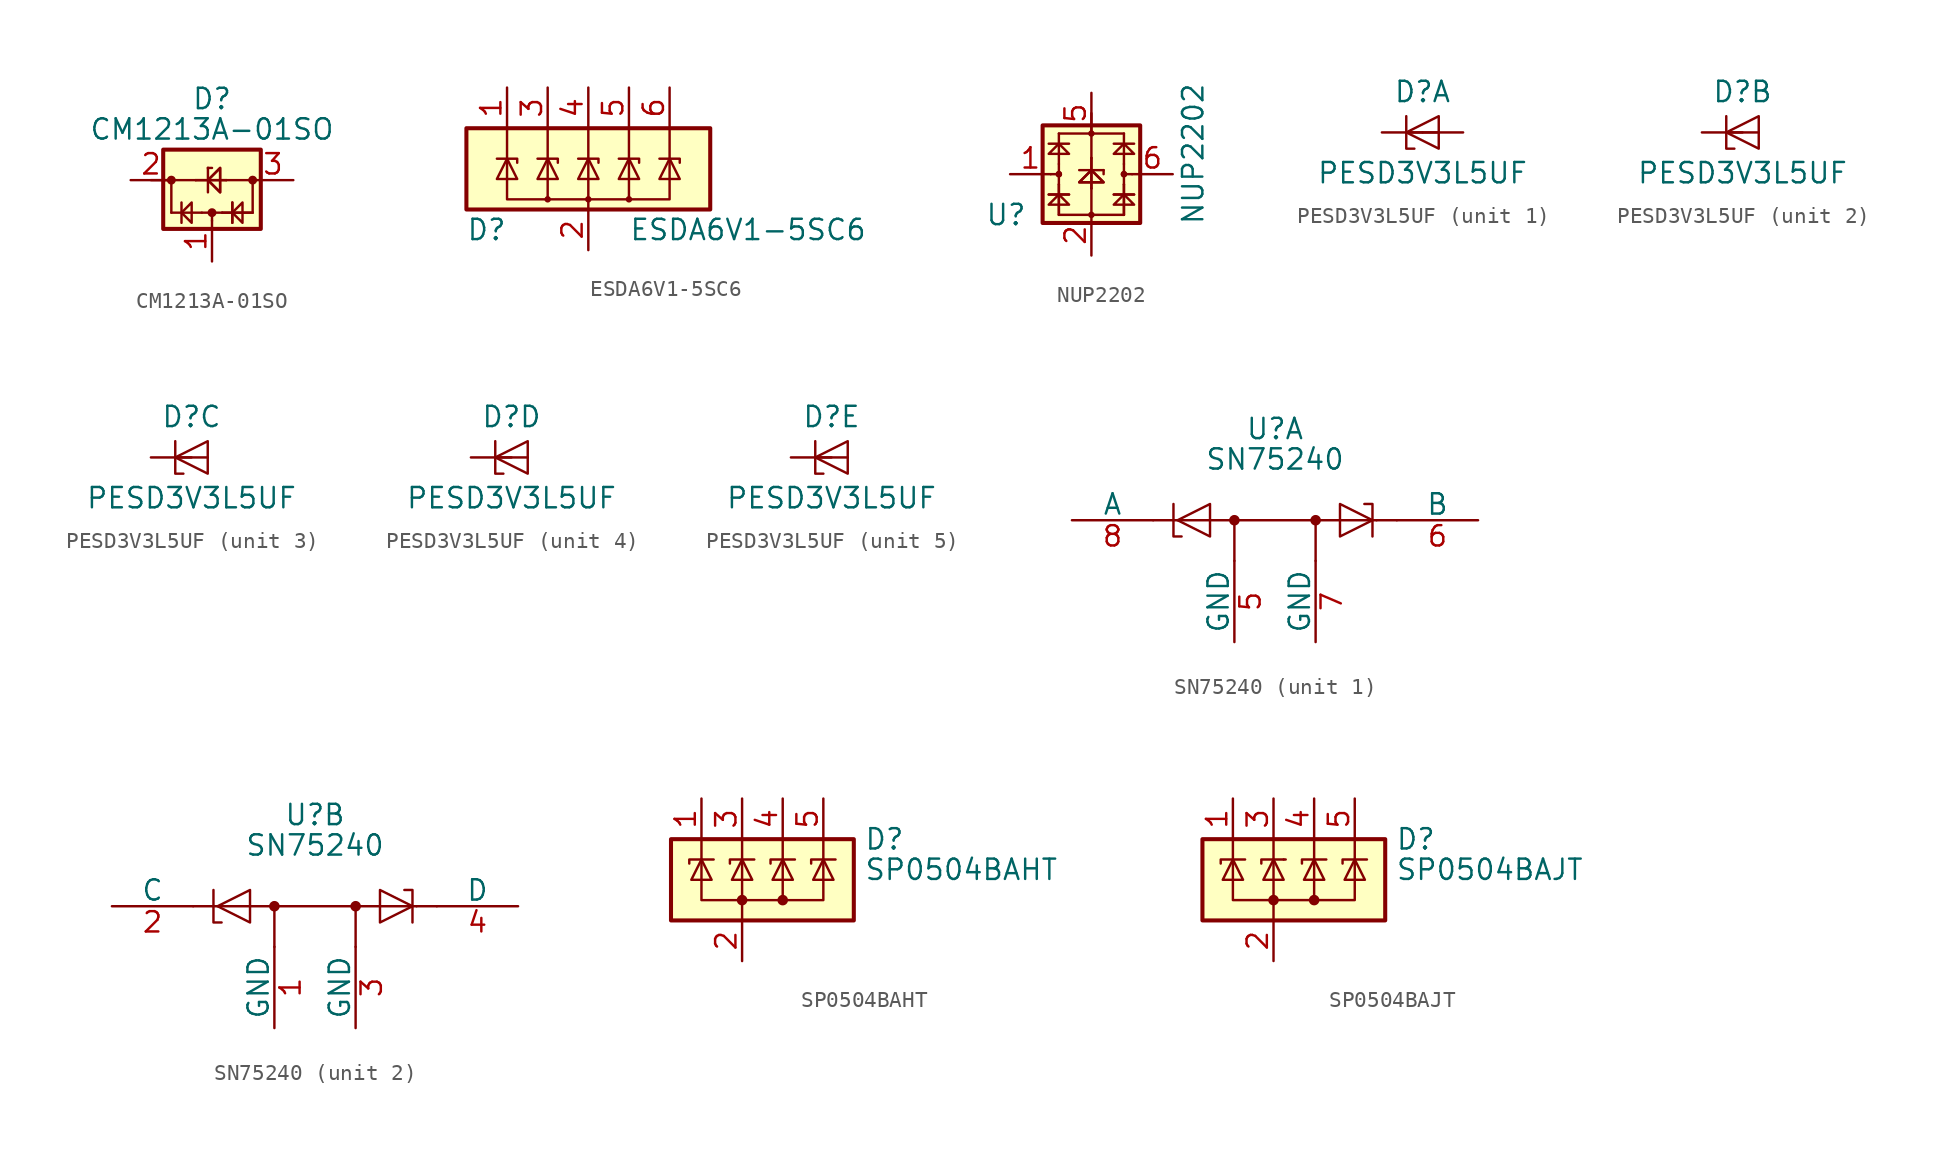
<source format=kicad_sym>
(kicad_symbol_lib
  (version 20201005)
  (generator kicad_symbol_editor)
  (symbol "CM1213A-01SO"
    (pin_names hide)
    (property "Reference" "D"
      (at 0 5.08 0)
      (effects (font (size 1.27 1.27))))
    (property "Value" "CM1213A-01SO"
      (at 0 3.175 0)
      (effects (font (size 1.27 1.27))))
    (symbol "CM1213A-01SO_0_1"
      (circle (center -2.54 0) (radius 0.203) (stroke (width 0)) (fill (type outline)))
      (circle (center 0 -2.032) (radius 0.203) (stroke (width 0)) (fill (type outline)))
      (circle (center 2.54 0) (radius 0.203) (stroke (width 0)) (fill (type outline)))
      (rectangle (start -3.048 -3.048) (end 3.048 1.905) (stroke (width 0.254)) (fill (type background)))
      (polyline (pts (xy -2.54 -2.032) (xy -2.54 0)) (stroke (width 0)) (fill (type none)))
      (polyline (pts (xy -1.905 -2.667) (xy -1.905 -1.397)) (stroke (width 0)) (fill (type none)))
      (polyline (pts (xy -1.016 0) (xy -3.81 0)) (stroke (width 0)) (fill (type none)))
      (polyline (pts (xy -0.635 -2.032) (xy -2.54 -2.032)) (stroke (width 0)) (fill (type none)))
      (polyline (pts (xy -0.635 -2.032) (xy 0.635 -2.032)) (stroke (width 0)) (fill (type none)))
      (polyline (pts (xy -0.254 -0.762) (xy -0.254 0.762)) (stroke (width 0)) (fill (type none)))
      (polyline (pts (xy -0.254 0.762) (xy -0.254 0.762)) (stroke (width 0)) (fill (type none)))
      (polyline (pts (xy 0 -2.54) (xy 0 -2.032)) (stroke (width 0)) (fill (type none)))
      (polyline (pts (xy 0 0.762) (xy -0.254 0.762)) (stroke (width 0)) (fill (type none)))
      (polyline (pts (xy 0.889 0) (xy -1.016 0)) (stroke (width 0)) (fill (type none)))
      (polyline (pts (xy 0.889 0) (xy -1.016 0)) (stroke (width 0)) (fill (type none)))
      (polyline (pts (xy 0.889 0) (xy 2.54 0)) (stroke (width 0)) (fill (type none)))
      (polyline (pts (xy 1.27 -2.667) (xy 1.27 -1.397)) (stroke (width 0)) (fill (type none)))
      (polyline (pts (xy 1.27 -2.667) (xy 1.27 -1.397)) (stroke (width 0)) (fill (type none)))
      (polyline (pts (xy 2.54 -2.032) (xy 0.635 -2.032)) (stroke (width 0)) (fill (type none)))
      (polyline (pts (xy 2.54 -2.032) (xy 0.635 -2.032)) (stroke (width 0)) (fill (type none)))
      (polyline (pts (xy 2.54 -2.032) (xy 2.54 0)) (stroke (width 0)) (fill (type none)))
      (polyline (pts (xy -1.27 -2.667) (xy -1.27 -1.397) (xy -1.905 -2.032) (xy -1.27 -2.667)) (stroke (width 0)) (fill (type none)))
      (polyline (pts (xy 0.508 -0.762) (xy 0.508 0.762) (xy -0.254 0) (xy 0.508 -0.762)) (stroke (width 0)) (fill (type none)))
      (polyline (pts (xy 0.508 -0.762) (xy 0.508 0.762) (xy -0.254 0) (xy 0.508 -0.762)) (stroke (width 0)) (fill (type none)))
      (polyline (pts (xy 1.905 -2.667) (xy 1.905 -1.397) (xy 1.27 -2.032) (xy 1.905 -2.667)) (stroke (width 0)) (fill (type none))))
    (symbol "CM1213A-01SO_1_1"
      (pin passive line (at 0 -5.08 90) (length 2.54) (name "CH1" (effects (font (size 1.27 1.27)))) (number "1" (effects (font (size 1.27 1.27)))))
      (pin passive line (at -5.08 0 0) (length 2.54) (name "VP" (effects (font (size 1.27 1.27)))) (number "2" (effects (font (size 1.27 1.27)))))
      (pin passive line (at 5.08 0 180) (length 2.54) (name "VN" (effects (font (size 1.27 1.27)))) (number "3" (effects (font (size 1.27 1.27)))))))
  (symbol "ESDA6V1-5SC6"
    (pin_names hide)
    (property "Reference" "D"
      (at -5.08 -3.81 0)
      (effects (font (size 1.27 1.27)) (justify right)))
    (property "Value" "ESDA6V1-5SC6"
      (at 2.54 -3.81 0)
      (effects (font (size 1.27 1.27)) (justify left)))
    (symbol "ESDA6V1-5SC6_0_0"
      (pin passive line (at 0 -5.08 90) (length 2.54) (name "GND" (effects (font (size 1.27 1.27)))) (number "2" (effects (font (size 1.27 1.27))))))
    (symbol "ESDA6V1-5SC6_0_1"
      (circle (center -2.54 -1.905) (radius 0.127) (stroke (width 0)) (fill (type none)))
      (circle (center 0 -1.905) (radius 0.127) (stroke (width 0)) (fill (type none)))
      (circle (center 2.54 -1.905) (radius 0.127) (stroke (width 0)) (fill (type none)))
      (rectangle (start -7.62 2.54) (end 7.62 -2.54) (stroke (width 0.254)) (fill (type background)))
      (polyline (pts (xy -2.54 2.54) (xy -2.54 -1.905)) (stroke (width 0)) (fill (type none)))
      (polyline (pts (xy 0 2.54) (xy 0 -2.54)) (stroke (width 0)) (fill (type none)))
      (polyline (pts (xy 2.54 2.54) (xy 2.54 -1.905)) (stroke (width 0)) (fill (type none)))
      (polyline (pts (xy -5.715 0.635) (xy -4.445 0.635) (xy -4.445 0.381)) (stroke (width 0)) (fill (type none)))
      (polyline (pts (xy -3.175 0.635) (xy -1.905 0.635) (xy -1.905 0.381)) (stroke (width 0)) (fill (type none)))
      (polyline (pts (xy -0.635 0.635) (xy 0.635 0.635) (xy 0.635 0.381)) (stroke (width 0)) (fill (type none)))
      (polyline (pts (xy 1.905 0.635) (xy 3.175 0.635) (xy 3.175 0.381)) (stroke (width 0)) (fill (type none)))
      (polyline (pts (xy 4.445 0.635) (xy 5.715 0.635) (xy 5.715 0.381)) (stroke (width 0)) (fill (type none)))
      (polyline (pts (xy -5.715 -0.635) (xy -4.445 -0.635) (xy -5.08 0.635) (xy -5.715 -0.635)) (stroke (width 0)) (fill (type none)))
      (polyline (pts (xy -5.08 2.54) (xy -5.08 -1.905) (xy 5.08 -1.905) (xy 5.08 2.54)) (stroke (width 0)) (fill (type none)))
      (polyline (pts (xy -3.175 -0.635) (xy -1.905 -0.635) (xy -2.54 0.635) (xy -3.175 -0.635)) (stroke (width 0)) (fill (type none)))
      (polyline (pts (xy -0.635 -0.635) (xy 0.635 -0.635) (xy 0 0.635) (xy -0.635 -0.635)) (stroke (width 0)) (fill (type none)))
      (polyline (pts (xy 1.905 -0.635) (xy 3.175 -0.635) (xy 2.54 0.635) (xy 1.905 -0.635)) (stroke (width 0)) (fill (type none)))
      (polyline (pts (xy 4.445 -0.635) (xy 5.715 -0.635) (xy 5.08 0.635) (xy 4.445 -0.635)) (stroke (width 0)) (fill (type none))))
    (symbol "ESDA6V1-5SC6_1_1"
      (pin passive line (at -5.08 5.08 270) (length 2.54) (name "IO1" (effects (font (size 1.27 1.27)))) (number "1" (effects (font (size 1.27 1.27)))))
      (pin passive line (at -2.54 5.08 270) (length 2.54) (name "IO2" (effects (font (size 1.27 1.27)))) (number "3" (effects (font (size 1.27 1.27)))))
      (pin passive line (at 0 5.08 270) (length 2.54) (name "IO3" (effects (font (size 1.27 1.27)))) (number "4" (effects (font (size 1.27 1.27)))))
      (pin passive line (at 2.54 5.08 270) (length 2.54) (name "IO4" (effects (font (size 1.27 1.27)))) (number "5" (effects (font (size 1.27 1.27)))))
      (pin passive line (at 5.08 5.08 270) (length 2.54) (name "IO5" (effects (font (size 1.27 1.27)))) (number "6" (effects (font (size 1.27 1.27)))))))
  (symbol "NUP2202"
    (property "Reference" "U"
      (at -5.334 -2.54 0)
      (effects (font (size 1.27 1.27))))
    (property "Value" "NUP2202"
      (at 6.35 1.27 90)
      (effects (font (size 1.27 1.27))))
    (symbol "NUP2202_0_1"
      (circle (center -2.032 0) (radius 0.127) (stroke (width 0)) (fill (type none)))
      (circle (center -2.032 0) (radius 0.127) (stroke (width 0)) (fill (type none)))
      (circle (center 0 -2.54) (radius 0.127) (stroke (width 0)) (fill (type none)))
      (circle (center 0 2.54) (radius 0.127) (stroke (width 0)) (fill (type none)))
      (circle (center 2.032 0) (radius 0.127) (stroke (width 0)) (fill (type none)))
      (circle (center 2.032 0) (radius 0.127) (stroke (width 0)) (fill (type none)))
      (rectangle (start -3.048 3.048) (end 3.048 -3.048) (stroke (width 0.254)) (fill (type background)))
      (polyline (pts (xy -2.667 -1.27) (xy -1.397 -1.27)) (stroke (width 0)) (fill (type none)))
      (polyline (pts (xy -2.667 -1.27) (xy -1.397 -1.27)) (stroke (width 0)) (fill (type none)))
      (polyline (pts (xy -2.667 1.905) (xy -1.397 1.905)) (stroke (width 0)) (fill (type none)))
      (polyline (pts (xy -2.54 0) (xy -2.032 0)) (stroke (width 0)) (fill (type none)))
      (polyline (pts (xy -2.032 -2.54) (xy -2.032 -0.635)) (stroke (width 0)) (fill (type none)))
      (polyline (pts (xy -2.032 -2.54) (xy -2.032 -0.635)) (stroke (width 0)) (fill (type none)))
      (polyline (pts (xy -2.032 0.635) (xy -2.032 -0.635)) (stroke (width 0)) (fill (type none)))
      (polyline (pts (xy -2.032 0.635) (xy -2.032 2.54)) (stroke (width 0)) (fill (type none)))
      (polyline (pts (xy -2.032 2.54) (xy 2.032 2.54)) (stroke (width 0)) (fill (type none)))
      (polyline (pts (xy -0.762 0.254) (xy 0.762 0.254)) (stroke (width 0)) (fill (type none)))
      (polyline (pts (xy 0 -0.889) (xy 0 -2.54)) (stroke (width 0)) (fill (type none)))
      (polyline (pts (xy 0 -0.889) (xy 0 1.016)) (stroke (width 0)) (fill (type none)))
      (polyline (pts (xy 0 -0.889) (xy 0 1.016)) (stroke (width 0)) (fill (type none)))
      (polyline (pts (xy 0 1.016) (xy 0 3.81)) (stroke (width 0)) (fill (type none)))
      (polyline (pts (xy 0.762 0) (xy 0.762 0.254)) (stroke (width 0)) (fill (type none)))
      (polyline (pts (xy 1.397 -1.27) (xy 2.667 -1.27)) (stroke (width 0)) (fill (type none)))
      (polyline (pts (xy 1.397 -1.27) (xy 2.667 -1.27)) (stroke (width 0)) (fill (type none)))
      (polyline (pts (xy 1.397 1.905) (xy 2.667 1.905)) (stroke (width 0)) (fill (type none)))
      (polyline (pts (xy 2.032 -2.54) (xy -2.032 -2.54)) (stroke (width 0)) (fill (type none)))
      (polyline (pts (xy 2.032 -2.54) (xy 2.032 -0.635)) (stroke (width 0)) (fill (type none)))
      (polyline (pts (xy 2.032 -2.54) (xy 2.032 -0.635)) (stroke (width 0)) (fill (type none)))
      (polyline (pts (xy 2.032 0) (xy 2.54 0)) (stroke (width 0)) (fill (type none)))
      (polyline (pts (xy 2.032 0.635) (xy 2.032 -0.635)) (stroke (width 0)) (fill (type none)))
      (polyline (pts (xy 2.032 0.635) (xy 2.032 2.54)) (stroke (width 0)) (fill (type none)))
      (polyline (pts (xy -2.667 -1.905) (xy -1.397 -1.905) (xy -2.032 -1.27) (xy -2.667 -1.905)) (stroke (width 0)) (fill (type none)))
      (polyline (pts (xy -2.667 1.27) (xy -1.397 1.27) (xy -2.032 1.905) (xy -2.667 1.27)) (stroke (width 0)) (fill (type none)))
      (polyline (pts (xy -0.762 -0.508) (xy 0.762 -0.508) (xy 0 0.254) (xy -0.762 -0.508)) (stroke (width 0)) (fill (type none)))
      (polyline (pts (xy -0.762 -0.508) (xy 0.762 -0.508) (xy 0 0.254) (xy -0.762 -0.508)) (stroke (width 0)) (fill (type none)))
      (polyline (pts (xy 1.397 -1.905) (xy 2.667 -1.905) (xy 2.032 -1.27) (xy 1.397 -1.905)) (stroke (width 0)) (fill (type none)))
      (polyline (pts (xy 1.397 1.27) (xy 2.667 1.27) (xy 2.032 1.905) (xy 1.397 1.27)) (stroke (width 0)) (fill (type none))))
    (symbol "NUP2202_1_1"
      (pin passive line (at -5.08 0 0) (length 2.54) (name "~" (effects (font (size 1.27 1.27)))) (number "1" (effects (font (size 1.27 1.27)))))
      (pin passive line (at 0 -5.08 90) (length 2.54) (name "~" (effects (font (size 1.27 1.27)))) (number "2" (effects (font (size 1.27 1.27)))))
      (pin no_connect line (at 0 -2.54 90) (length 2.54) hide (name "~" (effects (font (size 1.27 1.27)))) (number "3" (effects (font (size 1.27 1.27)))))
      (pin no_connect line (at 0 2.54 270) (length 2.54) hide (name "~" (effects (font (size 1.27 1.27)))) (number "4" (effects (font (size 1.27 1.27)))))
      (pin passive line (at 0 5.08 270) (length 2.54) (name "~" (effects (font (size 1.27 1.27)))) (number "5" (effects (font (size 1.27 1.27)))))
      (pin passive line (at 5.08 0 180) (length 2.54) (name "~" (effects (font (size 1.27 1.27)))) (number "6" (effects (font (size 1.27 1.27)))))))
  (symbol "PESD3V3L5UF"
    (pin_numbers hide)
    (pin_names hide)
    (property "Reference" "D"
      (at 0 2.54 0)
      (effects (font (size 1.27 1.27))))
    (property "Value" "PESD3V3L5UF"
      (at 0 -2.54 0)
      (effects (font (size 1.27 1.27))))
    (property "ki_locked" ""
      (at 0 0 0)
      (effects (font (size 1.27 1.27))))
    (symbol "PESD3V3L5UF_0_1"
      (polyline (pts (xy -1.016 0) (xy 1.016 0)) (stroke (width 0)) (fill (type none)))
      (polyline (pts (xy -1.016 1.016) (xy -1.016 -1.016) (xy -0.508 -1.016)) (stroke (width 0)) (fill (type none)))
      (polyline (pts (xy 1.016 1.016) (xy -1.016 0) (xy 1.016 -1.016) (xy 1.016 1.016)) (stroke (width 0)) (fill (type none))))
    (symbol "PESD3V3L5UF_1_1"
      (pin passive line (at -2.54 0 0) (length 2.54) (name "K1" (effects (font (size 1.27 1.27)))) (number "1" (effects (font (size 1.27 1.27)))))
      (pin passive line (at 2.54 0 180) (length 2.54) (name "A" (effects (font (size 1.27 1.27)))) (number "2" (effects (font (size 1.27 1.27))))))
    (symbol "PESD3V3L5UF_2_1"
      (pin passive line (at -2.54 0 0) (length 2.54) (name "K2" (effects (font (size 1.27 1.27)))) (number "3" (effects (font (size 1.27 1.27))))))
    (symbol "PESD3V3L5UF_3_1"
      (pin passive line (at -2.54 0 0) (length 2.54) (name "K3" (effects (font (size 1.27 1.27)))) (number "4" (effects (font (size 1.27 1.27))))))
    (symbol "PESD3V3L5UF_4_1"
      (pin passive line (at -2.54 0 0) (length 2.54) (name "K4" (effects (font (size 1.27 1.27)))) (number "5" (effects (font (size 1.27 1.27))))))
    (symbol "PESD3V3L5UF_5_1"
      (pin passive line (at -2.54 0 0) (length 2.54) (name "K5" (effects (font (size 1.27 1.27)))) (number "6" (effects (font (size 1.27 1.27)))))))
  (symbol "SN75240"
    (pin_names
      (offset 0))
    (property "Reference" "U"
      (at 0 5.715 0)
      (effects (font (size 1.27 1.27))))
    (property "Value" "SN75240"
      (at 0 3.81 0)
      (effects (font (size 1.27 1.27))))
    (property "ki_locked" ""
      (at 0 0 0)
      (effects (font (size 1.27 1.27))))
    (symbol "SN75240_0_0"
      (polyline (pts (xy -7.62 0) (xy -6.35 0)) (stroke (width 0)) (fill (type none)))
      (polyline (pts (xy -6.35 0) (xy 6.35 0)) (stroke (width 0)) (fill (type none)))
      (polyline (pts (xy -2.54 -2.54) (xy -2.54 0)) (stroke (width 0)) (fill (type none)))
      (polyline (pts (xy 2.54 -2.54) (xy 2.54 0)) (stroke (width 0)) (fill (type none)))
      (polyline (pts (xy 6.35 0) (xy 7.62 0)) (stroke (width 0)) (fill (type none)))
      (polyline (pts (xy 6.096 -1.016) (xy 6.096 1.016) (xy 5.588 1.016)) (stroke (width 0)) (fill (type none)))
      (polyline (pts (xy -6.096 0) (xy -4.064 1.016) (xy -4.064 -1.016) (xy -6.096 0)) (stroke (width 0)) (fill (type none)))
      (polyline (pts (xy -5.842 -1.016) (xy -6.35 -1.016) (xy -6.35 0.762) (xy -6.35 1.016)) (stroke (width 0)) (fill (type none)))
      (polyline (pts (xy 4.064 1.016) (xy 4.064 -1.016) (xy 6.096 0) (xy 4.064 1.016)) (stroke (width 0)) (fill (type none))))
    (symbol "SN75240_0_1"
      (circle (center -2.54 0) (radius 0.254) (stroke (width 0)) (fill (type outline)))
      (circle (center 2.54 0) (radius 0.254) (stroke (width 0)) (fill (type outline))))
    (symbol "SN75240_1_1"
      (pin passive line (at -2.54 -7.62 90) (length 5.08) (name "GND" (effects (font (size 1.27 1.27)))) (number "5" (effects (font (size 1.27 1.27)))))
      (pin passive line (at 12.7 0 180) (length 5.08) (name "B" (effects (font (size 1.27 1.27)))) (number "6" (effects (font (size 1.27 1.27)))))
      (pin passive line (at 2.54 -7.62 90) (length 5.08) (name "GND" (effects (font (size 1.27 1.27)))) (number "7" (effects (font (size 1.27 1.27)))))
      (pin passive line (at -12.7 0 0) (length 5.08) (name "A" (effects (font (size 1.27 1.27)))) (number "8" (effects (font (size 1.27 1.27))))))
    (symbol "SN75240_2_1"
      (pin power_in line (at -2.54 -7.62 90) (length 5.08) (name "GND" (effects (font (size 1.27 1.27)))) (number "1" (effects (font (size 1.27 1.27)))))
      (pin input line (at -12.7 0 0) (length 5.08) (name "C" (effects (font (size 1.27 1.27)))) (number "2" (effects (font (size 1.27 1.27)))))
      (pin power_in line (at 2.54 -7.62 90) (length 5.08) (name "GND" (effects (font (size 1.27 1.27)))) (number "3" (effects (font (size 1.27 1.27)))))
      (pin input line (at 12.7 0 180) (length 5.08) (name "D" (effects (font (size 1.27 1.27)))) (number "4" (effects (font (size 1.27 1.27)))))))
  (symbol "SP0504BAHT"
    (pin_names hide)
    (property "Reference" "D"
      (at 7.62 2.54 0)
      (effects (font (size 1.27 1.27)) (justify left)))
    (property "Value" "SP0504BAHT"
      (at 7.62 0.635 0)
      (effects (font (size 1.27 1.27)) (justify left)))
    (symbol "SP0504BAHT_0_0"
      (pin passive line (at 0 -5.08 90) (length 2.54) (name "A" (effects (font (size 1.27 1.27)))) (number "2" (effects (font (size 1.27 1.27))))))
    (symbol "SP0504BAHT_0_1"
      (circle (center 0 -1.27) (radius 0.254) (stroke (width 0)) (fill (type outline)))
      (circle (center 2.54 -1.27) (radius 0.254) (stroke (width 0)) (fill (type outline)))
      (rectangle (start -4.445 2.54) (end 6.985 -2.54) (stroke (width 0.254)) (fill (type background)))
      (polyline (pts (xy -2.54 2.54) (xy -2.54 1.27)) (stroke (width 0)) (fill (type none)))
      (polyline (pts (xy 0 -1.27) (xy 0 -2.54)) (stroke (width 0)) (fill (type none)))
      (polyline (pts (xy 0 -1.27) (xy 0 1.27)) (stroke (width 0)) (fill (type none)))
      (polyline (pts (xy 0 2.54) (xy 0 1.27)) (stroke (width 0)) (fill (type none)))
      (polyline (pts (xy 2.54 2.54) (xy 2.54 1.27)) (stroke (width 0)) (fill (type none)))
      (polyline (pts (xy 5.08 2.54) (xy 5.08 1.27)) (stroke (width 0)) (fill (type none)))
      (polyline (pts (xy -3.302 1.016) (xy -3.302 1.27) (xy -1.778 1.27)) (stroke (width 0)) (fill (type none)))
      (polyline (pts (xy 0.762 1.27) (xy -0.762 1.27) (xy -0.762 1.016)) (stroke (width 0)) (fill (type none)))
      (polyline (pts (xy 5.08 1.27) (xy 5.08 -1.27) (xy 2.54 -1.27)) (stroke (width 0)) (fill (type none)))
      (polyline (pts (xy -2.54 1.27) (xy -2.54 -1.27) (xy 2.54 -1.27) (xy 2.54 1.27)) (stroke (width 0)) (fill (type none)))
      (polyline (pts (xy -2.54 1.27) (xy -1.905 0) (xy -3.175 0) (xy -2.54 1.27)) (stroke (width 0)) (fill (type none)))
      (polyline (pts (xy 0.635 0) (xy -0.635 0) (xy 0 1.27) (xy 0.635 0)) (stroke (width 0)) (fill (type none)))
      (polyline (pts (xy 1.778 1.016) (xy 1.778 1.27) (xy 3.175 1.27) (xy 3.302 1.27)) (stroke (width 0)) (fill (type none)))
      (polyline (pts (xy 2.54 1.27) (xy 1.905 0) (xy 3.175 0) (xy 2.54 1.27)) (stroke (width 0)) (fill (type none)))
      (polyline (pts (xy 4.318 1.016) (xy 4.318 1.27) (xy 5.715 1.27) (xy 5.842 1.27)) (stroke (width 0)) (fill (type none)))
      (polyline (pts (xy 5.08 1.27) (xy 4.445 0) (xy 5.715 0) (xy 5.08 1.27)) (stroke (width 0)) (fill (type none))))
    (symbol "SP0504BAHT_1_1"
      (pin passive line (at -2.54 5.08 270) (length 2.54) (name "K" (effects (font (size 1.27 1.27)))) (number "1" (effects (font (size 1.27 1.27)))))
      (pin passive line (at 0 5.08 270) (length 2.54) (name "K" (effects (font (size 1.27 1.27)))) (number "3" (effects (font (size 1.27 1.27)))))
      (pin passive line (at 2.54 5.08 270) (length 2.54) (name "K" (effects (font (size 1.27 1.27)))) (number "4" (effects (font (size 1.27 1.27)))))
      (pin passive line (at 5.08 5.08 270) (length 2.54) (name "K" (effects (font (size 1.27 1.27)))) (number "5" (effects (font (size 1.27 1.27)))))))
  (symbol "SP0504BAJT"
    (pin_names hide)
    (property "Reference" "D"
      (at 7.62 2.54 0)
      (effects (font (size 1.27 1.27)) (justify left)))
    (property "Value" "SP0504BAJT"
      (at 7.62 0.635 0)
      (effects (font (size 1.27 1.27)) (justify left)))
    (symbol "SP0504BAJT_0_0"
      (pin passive line (at 0 -5.08 90) (length 2.54) (name "A" (effects (font (size 1.27 1.27)))) (number "2" (effects (font (size 1.27 1.27))))))
    (symbol "SP0504BAJT_0_1"
      (circle (center 0 -1.27) (radius 0.254) (stroke (width 0)) (fill (type outline)))
      (circle (center 2.54 -1.27) (radius 0.254) (stroke (width 0)) (fill (type outline)))
      (rectangle (start -4.445 2.54) (end 6.985 -2.54) (stroke (width 0.254)) (fill (type background)))
      (polyline (pts (xy -2.54 2.54) (xy -2.54 1.27)) (stroke (width 0)) (fill (type none)))
      (polyline (pts (xy 0 -1.27) (xy 0 -2.54)) (stroke (width 0)) (fill (type none)))
      (polyline (pts (xy 0 -1.27) (xy 0 1.27)) (stroke (width 0)) (fill (type none)))
      (polyline (pts (xy 0 2.54) (xy 0 1.27)) (stroke (width 0)) (fill (type none)))
      (polyline (pts (xy 0.635 1.27) (xy 0.762 1.27)) (stroke (width 0)) (fill (type none)))
      (polyline (pts (xy 2.54 2.54) (xy 2.54 1.27)) (stroke (width 0)) (fill (type none)))
      (polyline (pts (xy 5.08 2.54) (xy 5.08 1.27)) (stroke (width 0)) (fill (type none)))
      (polyline (pts (xy 0.635 1.27) (xy -0.762 1.27) (xy -0.762 1.016)) (stroke (width 0)) (fill (type none)))
      (polyline (pts (xy 5.08 1.27) (xy 5.08 -1.27) (xy 2.54 -1.27)) (stroke (width 0)) (fill (type none)))
      (polyline (pts (xy -3.302 1.016) (xy -3.302 1.27) (xy -1.905 1.27) (xy -1.778 1.27)) (stroke (width 0)) (fill (type none)))
      (polyline (pts (xy -2.54 1.27) (xy -2.54 -1.27) (xy 2.54 -1.27) (xy 2.54 1.27)) (stroke (width 0)) (fill (type none)))
      (polyline (pts (xy -2.54 1.27) (xy -1.905 0) (xy -3.175 0) (xy -2.54 1.27)) (stroke (width 0)) (fill (type none)))
      (polyline (pts (xy 0.635 0) (xy -0.635 0) (xy 0 1.27) (xy 0.635 0)) (stroke (width 0)) (fill (type none)))
      (polyline (pts (xy 1.778 1.016) (xy 1.778 1.27) (xy 3.175 1.27) (xy 3.302 1.27)) (stroke (width 0)) (fill (type none)))
      (polyline (pts (xy 2.54 1.27) (xy 1.905 0) (xy 3.175 0) (xy 2.54 1.27)) (stroke (width 0)) (fill (type none)))
      (polyline (pts (xy 4.318 1.016) (xy 4.318 1.27) (xy 5.715 1.27) (xy 5.842 1.27)) (stroke (width 0)) (fill (type none)))
      (polyline (pts (xy 5.08 1.27) (xy 4.445 0) (xy 5.715 0) (xy 5.08 1.27)) (stroke (width 0)) (fill (type none))))
    (symbol "SP0504BAJT_1_1"
      (pin passive line (at -2.54 5.08 270) (length 2.54) (name "K" (effects (font (size 1.27 1.27)))) (number "1" (effects (font (size 1.27 1.27)))))
      (pin passive line (at 0 5.08 270) (length 2.54) (name "K" (effects (font (size 1.27 1.27)))) (number "3" (effects (font (size 1.27 1.27)))))
      (pin passive line (at 2.54 5.08 270) (length 2.54) (name "K" (effects (font (size 1.27 1.27)))) (number "4" (effects (font (size 1.27 1.27)))))
      (pin passive line (at 5.08 5.08 270) (length 2.54) (name "K" (effects (font (size 1.27 1.27)))) (number "5" (effects (font (size 1.27 1.27))))))))
</source>
